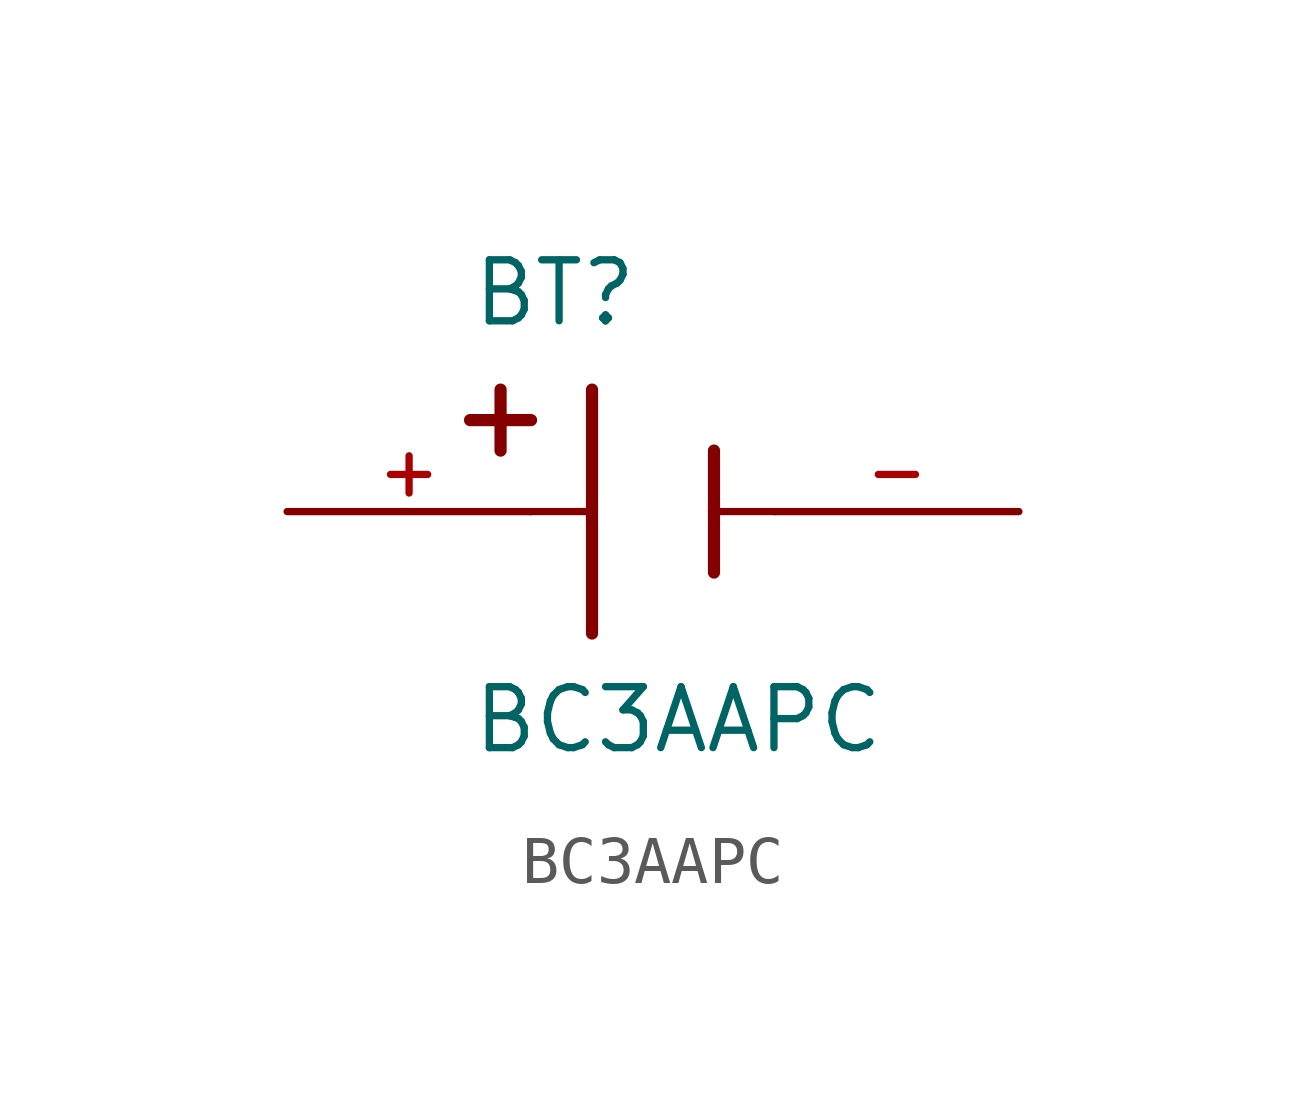
<source format=kicad_sym>
(kicad_symbol_lib
  (version 20211014)
  (generator kicad_symbol_editor)
  (symbol "BC3AAPC"
    (pin_names
      (offset 1.016))
    (property "Reference" "BT"
      (at -3.81 3.81 0)
      (effects (font (size 1.27 1.27)) (justify bottom left)))
    (property "Value" "BC3AAPC"
      (at -3.81 -5.08 0)
      (effects (font (size 1.27 1.27)) (justify bottom left)))
    (symbol "BC3AAPC_0_0"
      (polyline (pts (xy -1.27 2.54) (xy -1.27 0.0)) (stroke (width 0.254)))
      (polyline (pts (xy -1.27 0.0) (xy -1.27 -2.54)) (stroke (width 0.254)))
      (polyline (pts (xy 1.27 1.27) (xy 1.27 0.0)) (stroke (width 0.254)))
      (polyline (pts (xy 1.27 0.0) (xy 1.27 -1.27)) (stroke (width 0.254)))
      (polyline (pts (xy -1.27 0.0) (xy -2.54 0.0)) (stroke (width 0.152)))
      (polyline (pts (xy 1.27 0.0) (xy 2.54 0.0)) (stroke (width 0.152)))
      (polyline (pts (xy -3.175 2.54) (xy -3.175 1.27)) (stroke (width 0.254)))
      (polyline (pts (xy -3.81 1.905) (xy -2.54 1.905)) (stroke (width 0.254)))
      (pin passive line (at -7.62 0.0 0) (length 5.08) (name "~" (effects (font (size 1.016 1.016)))) (number "+" (effects (font (size 1.016 1.016)))))
      (pin passive line (at 7.62 0.0 180.0) (length 5.08) (name "~" (effects (font (size 1.016 1.016)))) (number "-" (effects (font (size 1.016 1.016))))))))
</source>
